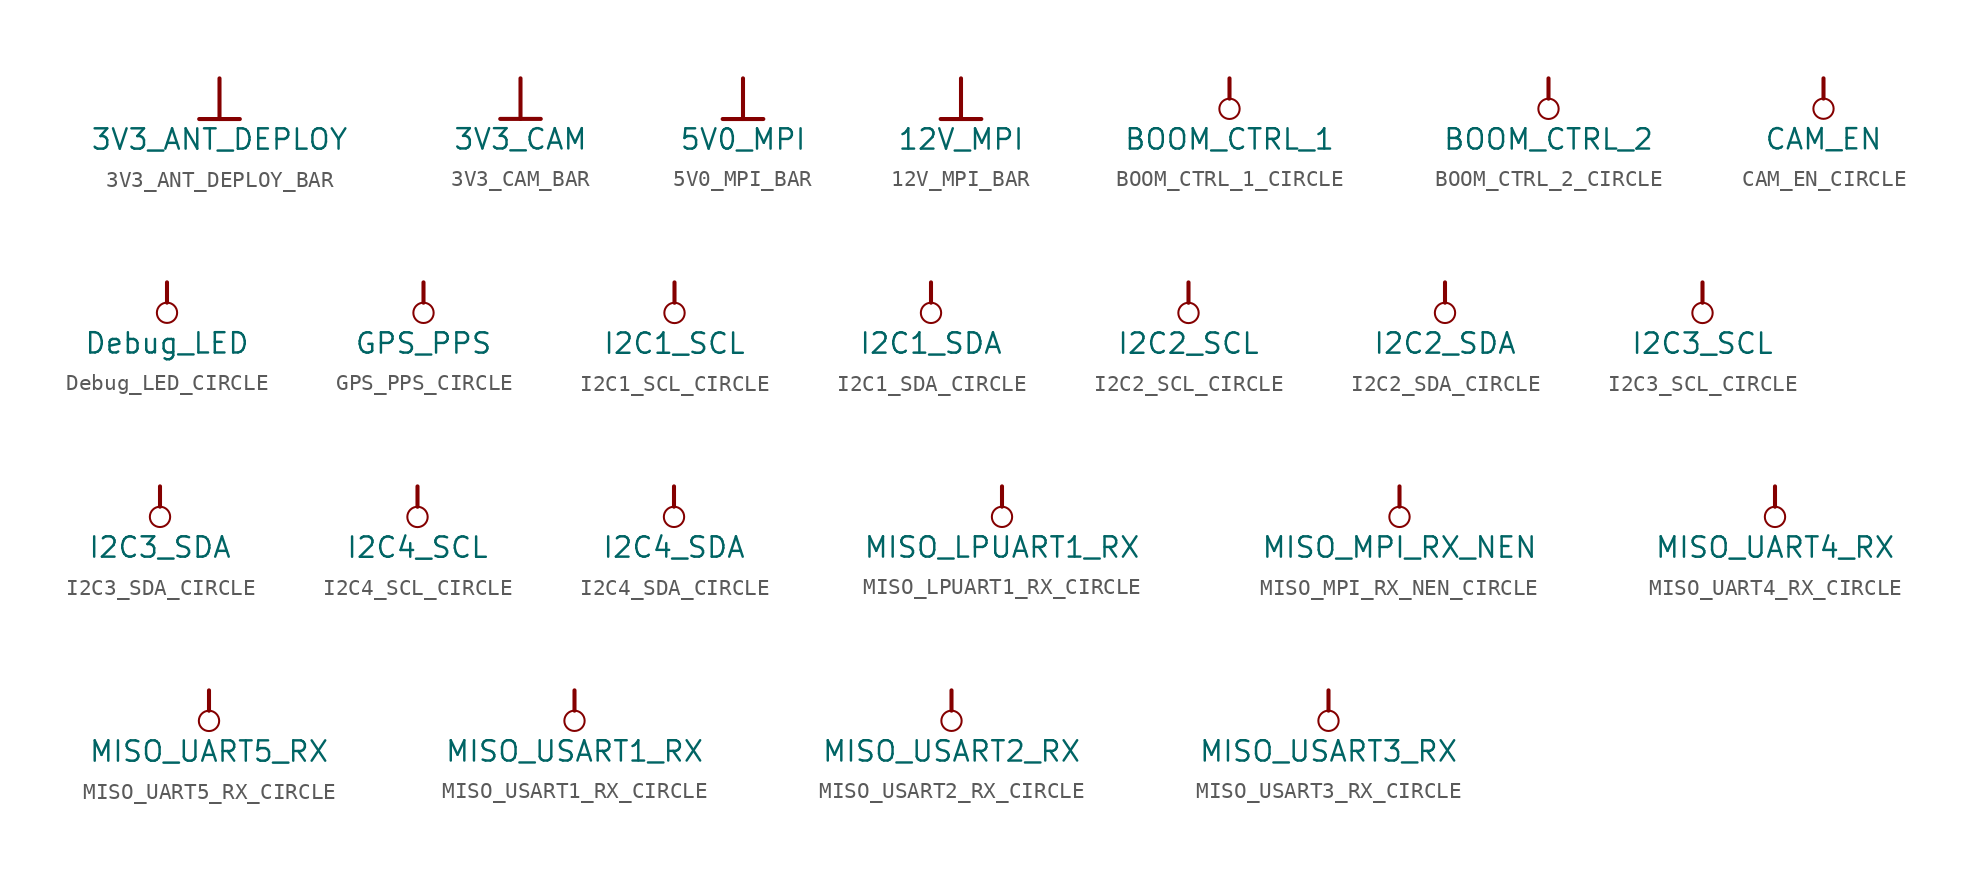
<source format=kicad_sym>
(kicad_symbol_lib
  (version 20241209)
  (generator "kicad_symbol_editor")
  (generator_version "9.0")
  (symbol "3V3_ANT_DEPLOY_BAR"
    (power)
    (property "Reference" "#PWR"
      (at 0 0 0)
      (effects (font (size 1.27 1.27)) (hide yes)))
    (property "Value" "3V3_ANT_DEPLOY"
      (at 0 -3.81 0)
      (effects (font (size 1.27 1.27))))
    (symbol "3V3_ANT_DEPLOY_BAR_0_0"
      (polyline (pts (xy -1.27 -2.54) (xy 1.27 -2.54)) (stroke (width 0.254) (type solid)) (fill (type none)))
      (polyline (pts (xy 0 0) (xy 0 -2.54)) (stroke (width 0.254) (type solid)) (fill (type none)))
      (pin power_in line (at 0 0 0) (length 0) (hide yes) (name "3V3_ANT_DEPLOY" (effects (font (size 1.27 1.27)))) (number "" (effects (font (size 1.27 1.27)))))))
  (symbol "3V3_CAM_BAR"
    (power)
    (property "Reference" "#PWR"
      (at 0 0 0)
      (effects (font (size 1.27 1.27)) (hide yes)))
    (property "Value" "3V3_CAM"
      (at 0 -3.81 0)
      (effects (font (size 1.27 1.27))))
    (symbol "3V3_CAM_BAR_0_0"
      (polyline (pts (xy -1.27 -2.54) (xy 1.27 -2.54)) (stroke (width 0.254) (type solid)) (fill (type none)))
      (polyline (pts (xy 0 0) (xy 0 -2.54)) (stroke (width 0.254) (type solid)) (fill (type none)))
      (pin power_in line (at 0 0 0) (length 0) (hide yes) (name "3V3_CAM" (effects (font (size 1.27 1.27)))) (number "" (effects (font (size 1.27 1.27)))))))
  (symbol "5V0_MPI_BAR"
    (power)
    (property "Reference" "#PWR"
      (at 0 0 0)
      (effects (font (size 1.27 1.27)) (hide yes)))
    (property "Value" "5V0_MPI"
      (at 0 -3.81 0)
      (effects (font (size 1.27 1.27))))
    (symbol "5V0_MPI_BAR_0_0"
      (polyline (pts (xy -1.27 -2.54) (xy 1.27 -2.54)) (stroke (width 0.254) (type solid)) (fill (type none)))
      (polyline (pts (xy 0 0) (xy 0 -2.54)) (stroke (width 0.254) (type solid)) (fill (type none)))
      (pin power_in line (at 0 0 0) (length 0) (hide yes) (name "5V0_MPI" (effects (font (size 1.27 1.27)))) (number "" (effects (font (size 1.27 1.27)))))))
  (symbol "12V_MPI_BAR"
    (power)
    (property "Reference" "#PWR"
      (at 0 0 0)
      (effects (font (size 1.27 1.27)) (hide yes)))
    (property "Value" "12V_MPI"
      (at 0 -3.81 0)
      (effects (font (size 1.27 1.27))))
    (symbol "12V_MPI_BAR_0_0"
      (polyline (pts (xy -1.27 -2.54) (xy 1.27 -2.54)) (stroke (width 0.254) (type solid)) (fill (type none)))
      (polyline (pts (xy 0 0) (xy 0 -2.54)) (stroke (width 0.254) (type solid)) (fill (type none)))
      (pin power_in line (at 0 0 0) (length 0) (hide yes) (name "12V_MPI" (effects (font (size 1.27 1.27)))) (number "" (effects (font (size 1.27 1.27)))))))
  (symbol "BOOM_CTRL_1_CIRCLE"
    (power)
    (property "Reference" "#PWR"
      (at 0 0 0)
      (effects (font (size 1.27 1.27)) (hide yes)))
    (property "Value" "BOOM_CTRL_1"
      (at 0 -3.81 0)
      (effects (font (size 1.27 1.27))))
    (symbol "BOOM_CTRL_1_CIRCLE_0_0"
      (polyline (pts (xy 0 0) (xy 0 -1.27)) (stroke (width 0.254) (type solid)) (fill (type none)))
      (circle (center 0 -1.905) (radius 0.635) (stroke (width 0.127) (type solid)) (fill (type none)))
      (pin power_in line (at 0 0 0) (length 0) (hide yes) (name "BOOM_CTRL_1" (effects (font (size 1.27 1.27)))) (number "" (effects (font (size 1.27 1.27)))))))
  (symbol "BOOM_CTRL_2_CIRCLE"
    (power)
    (property "Reference" "#PWR"
      (at 0 0 0)
      (effects (font (size 1.27 1.27)) (hide yes)))
    (property "Value" "BOOM_CTRL_2"
      (at 0 -3.81 0)
      (effects (font (size 1.27 1.27))))
    (symbol "BOOM_CTRL_2_CIRCLE_0_0"
      (polyline (pts (xy 0 0) (xy 0 -1.27)) (stroke (width 0.254) (type solid)) (fill (type none)))
      (circle (center 0 -1.905) (radius 0.635) (stroke (width 0.127) (type solid)) (fill (type none)))
      (pin power_in line (at 0 0 0) (length 0) (hide yes) (name "BOOM_CTRL_2" (effects (font (size 1.27 1.27)))) (number "" (effects (font (size 1.27 1.27)))))))
  (symbol "CAM_EN_CIRCLE"
    (power)
    (property "Reference" "#PWR"
      (at 0 0 0)
      (effects (font (size 1.27 1.27)) (hide yes)))
    (property "Value" "CAM_EN"
      (at 0 -3.81 0)
      (effects (font (size 1.27 1.27))))
    (symbol "CAM_EN_CIRCLE_0_0"
      (polyline (pts (xy 0 0) (xy 0 -1.27)) (stroke (width 0.254) (type solid)) (fill (type none)))
      (circle (center 0 -1.905) (radius 0.635) (stroke (width 0.127) (type solid)) (fill (type none)))
      (pin power_in line (at 0 0 0) (length 0) (hide yes) (name "CAM_EN" (effects (font (size 1.27 1.27)))) (number "" (effects (font (size 1.27 1.27)))))))
  (symbol "Debug_LED_CIRCLE"
    (power)
    (property "Reference" "#PWR"
      (at 0 0 0)
      (effects (font (size 1.27 1.27)) (hide yes)))
    (property "Value" "Debug_LED"
      (at 0 -3.81 0)
      (effects (font (size 1.27 1.27))))
    (symbol "Debug_LED_CIRCLE_0_0"
      (polyline (pts (xy 0 0) (xy 0 -1.27)) (stroke (width 0.254) (type solid)) (fill (type none)))
      (circle (center 0 -1.905) (radius 0.635) (stroke (width 0.127) (type solid)) (fill (type none)))
      (pin power_in line (at 0 0 0) (length 0) (hide yes) (name "Debug_LED" (effects (font (size 1.27 1.27)))) (number "" (effects (font (size 1.27 1.27)))))))
  (symbol "GPS_PPS_CIRCLE"
    (power)
    (property "Reference" "#PWR"
      (at 0 0 0)
      (effects (font (size 1.27 1.27)) (hide yes)))
    (property "Value" "GPS_PPS"
      (at 0 -3.81 0)
      (effects (font (size 1.27 1.27))))
    (symbol "GPS_PPS_CIRCLE_0_0"
      (polyline (pts (xy 0 0) (xy 0 -1.27)) (stroke (width 0.254) (type solid)) (fill (type none)))
      (circle (center 0 -1.905) (radius 0.635) (stroke (width 0.127) (type solid)) (fill (type none)))
      (pin power_in line (at 0 0 0) (length 0) (hide yes) (name "GPS_PPS" (effects (font (size 1.27 1.27)))) (number "" (effects (font (size 1.27 1.27)))))))
  (symbol "I2C1_SCL_CIRCLE"
    (power)
    (property "Reference" "#PWR"
      (at 0 0 0)
      (effects (font (size 1.27 1.27)) (hide yes)))
    (property "Value" "I2C1_SCL"
      (at 0 -3.81 0)
      (effects (font (size 1.27 1.27))))
    (symbol "I2C1_SCL_CIRCLE_0_0"
      (polyline (pts (xy 0 0) (xy 0 -1.27)) (stroke (width 0.254) (type solid)) (fill (type none)))
      (circle (center 0 -1.905) (radius 0.635) (stroke (width 0.127) (type solid)) (fill (type none)))
      (pin power_in line (at 0 0 0) (length 0) (hide yes) (name "I2C1_SCL" (effects (font (size 1.27 1.27)))) (number "" (effects (font (size 1.27 1.27)))))))
  (symbol "I2C1_SDA_CIRCLE"
    (power)
    (property "Reference" "#PWR"
      (at 0 0 0)
      (effects (font (size 1.27 1.27)) (hide yes)))
    (property "Value" "I2C1_SDA"
      (at 0 -3.81 0)
      (effects (font (size 1.27 1.27))))
    (symbol "I2C1_SDA_CIRCLE_0_0"
      (polyline (pts (xy 0 0) (xy 0 -1.27)) (stroke (width 0.254) (type solid)) (fill (type none)))
      (circle (center 0 -1.905) (radius 0.635) (stroke (width 0.127) (type solid)) (fill (type none)))
      (pin power_in line (at 0 0 0) (length 0) (hide yes) (name "I2C1_SDA" (effects (font (size 1.27 1.27)))) (number "" (effects (font (size 1.27 1.27)))))))
  (symbol "I2C2_SCL_CIRCLE"
    (power)
    (property "Reference" "#PWR"
      (at 0 0 0)
      (effects (font (size 1.27 1.27)) (hide yes)))
    (property "Value" "I2C2_SCL"
      (at 0 -3.81 0)
      (effects (font (size 1.27 1.27))))
    (symbol "I2C2_SCL_CIRCLE_0_0"
      (polyline (pts (xy 0 0) (xy 0 -1.27)) (stroke (width 0.254) (type solid)) (fill (type none)))
      (circle (center 0 -1.905) (radius 0.635) (stroke (width 0.127) (type solid)) (fill (type none)))
      (pin power_in line (at 0 0 0) (length 0) (hide yes) (name "I2C2_SCL" (effects (font (size 1.27 1.27)))) (number "" (effects (font (size 1.27 1.27)))))))
  (symbol "I2C2_SDA_CIRCLE"
    (power)
    (property "Reference" "#PWR"
      (at 0 0 0)
      (effects (font (size 1.27 1.27)) (hide yes)))
    (property "Value" "I2C2_SDA"
      (at 0 -3.81 0)
      (effects (font (size 1.27 1.27))))
    (symbol "I2C2_SDA_CIRCLE_0_0"
      (polyline (pts (xy 0 0) (xy 0 -1.27)) (stroke (width 0.254) (type solid)) (fill (type none)))
      (circle (center 0 -1.905) (radius 0.635) (stroke (width 0.127) (type solid)) (fill (type none)))
      (pin power_in line (at 0 0 0) (length 0) (hide yes) (name "I2C2_SDA" (effects (font (size 1.27 1.27)))) (number "" (effects (font (size 1.27 1.27)))))))
  (symbol "I2C3_SCL_CIRCLE"
    (power)
    (property "Reference" "#PWR"
      (at 0 0 0)
      (effects (font (size 1.27 1.27)) (hide yes)))
    (property "Value" "I2C3_SCL"
      (at 0 -3.81 0)
      (effects (font (size 1.27 1.27))))
    (symbol "I2C3_SCL_CIRCLE_0_0"
      (polyline (pts (xy 0 0) (xy 0 -1.27)) (stroke (width 0.254) (type solid)) (fill (type none)))
      (circle (center 0 -1.905) (radius 0.635) (stroke (width 0.127) (type solid)) (fill (type none)))
      (pin power_in line (at 0 0 0) (length 0) (hide yes) (name "I2C3_SCL" (effects (font (size 1.27 1.27)))) (number "" (effects (font (size 1.27 1.27)))))))
  (symbol "I2C3_SDA_CIRCLE"
    (power)
    (property "Reference" "#PWR"
      (at 0 0 0)
      (effects (font (size 1.27 1.27)) (hide yes)))
    (property "Value" "I2C3_SDA"
      (at 0 -3.81 0)
      (effects (font (size 1.27 1.27))))
    (symbol "I2C3_SDA_CIRCLE_0_0"
      (polyline (pts (xy 0 0) (xy 0 -1.27)) (stroke (width 0.254) (type solid)) (fill (type none)))
      (circle (center 0 -1.905) (radius 0.635) (stroke (width 0.127) (type solid)) (fill (type none)))
      (pin power_in line (at 0 0 0) (length 0) (hide yes) (name "I2C3_SDA" (effects (font (size 1.27 1.27)))) (number "" (effects (font (size 1.27 1.27)))))))
  (symbol "I2C4_SCL_CIRCLE"
    (power)
    (property "Reference" "#PWR"
      (at 0 0 0)
      (effects (font (size 1.27 1.27)) (hide yes)))
    (property "Value" "I2C4_SCL"
      (at 0 -3.81 0)
      (effects (font (size 1.27 1.27))))
    (symbol "I2C4_SCL_CIRCLE_0_0"
      (polyline (pts (xy 0 0) (xy 0 -1.27)) (stroke (width 0.254) (type solid)) (fill (type none)))
      (circle (center 0 -1.905) (radius 0.635) (stroke (width 0.127) (type solid)) (fill (type none)))
      (pin power_in line (at 0 0 0) (length 0) (hide yes) (name "I2C4_SCL" (effects (font (size 1.27 1.27)))) (number "" (effects (font (size 1.27 1.27)))))))
  (symbol "I2C4_SDA_CIRCLE"
    (power)
    (property "Reference" "#PWR"
      (at 0 0 0)
      (effects (font (size 1.27 1.27)) (hide yes)))
    (property "Value" "I2C4_SDA"
      (at 0 -3.81 0)
      (effects (font (size 1.27 1.27))))
    (symbol "I2C4_SDA_CIRCLE_0_0"
      (polyline (pts (xy 0 0) (xy 0 -1.27)) (stroke (width 0.254) (type solid)) (fill (type none)))
      (circle (center 0 -1.905) (radius 0.635) (stroke (width 0.127) (type solid)) (fill (type none)))
      (pin power_in line (at 0 0 0) (length 0) (hide yes) (name "I2C4_SDA" (effects (font (size 1.27 1.27)))) (number "" (effects (font (size 1.27 1.27)))))))
  (symbol "MISO_LPUART1_RX_CIRCLE"
    (power)
    (property "Reference" "#PWR"
      (at 0 0 0)
      (effects (font (size 1.27 1.27)) (hide yes)))
    (property "Value" "MISO_LPUART1_RX"
      (at 0 -3.81 0)
      (effects (font (size 1.27 1.27))))
    (symbol "MISO_LPUART1_RX_CIRCLE_0_0"
      (polyline (pts (xy 0 0) (xy 0 -1.27)) (stroke (width 0.254) (type solid)) (fill (type none)))
      (circle (center 0 -1.905) (radius 0.635) (stroke (width 0.127) (type solid)) (fill (type none)))
      (pin power_in line (at 0 0 0) (length 0) (hide yes) (name "MISO_LPUART1_RX" (effects (font (size 1.27 1.27)))) (number "" (effects (font (size 1.27 1.27)))))))
  (symbol "MISO_MPI_RX_NEN_CIRCLE"
    (power)
    (property "Reference" "#PWR"
      (at 0 0 0)
      (effects (font (size 1.27 1.27)) (hide yes)))
    (property "Value" "MISO_MPI_RX_NEN"
      (at 0 -3.81 0)
      (effects (font (size 1.27 1.27))))
    (symbol "MISO_MPI_RX_NEN_CIRCLE_0_0"
      (polyline (pts (xy 0 0) (xy 0 -1.27)) (stroke (width 0.254) (type solid)) (fill (type none)))
      (circle (center 0 -1.905) (radius 0.635) (stroke (width 0.127) (type solid)) (fill (type none)))
      (pin power_in line (at 0 0 0) (length 0) (hide yes) (name "MISO_MPI_RX_NEN" (effects (font (size 1.27 1.27)))) (number "" (effects (font (size 1.27 1.27)))))))
  (symbol "MISO_UART4_RX_CIRCLE"
    (power)
    (property "Reference" "#PWR"
      (at 0 0 0)
      (effects (font (size 1.27 1.27)) (hide yes)))
    (property "Value" "MISO_UART4_RX"
      (at 0 -3.81 0)
      (effects (font (size 1.27 1.27))))
    (symbol "MISO_UART4_RX_CIRCLE_0_0"
      (polyline (pts (xy 0 0) (xy 0 -1.27)) (stroke (width 0.254) (type solid)) (fill (type none)))
      (circle (center 0 -1.905) (radius 0.635) (stroke (width 0.127) (type solid)) (fill (type none)))
      (pin power_in line (at 0 0 0) (length 0) (hide yes) (name "MISO_UART4_RX" (effects (font (size 1.27 1.27)))) (number "" (effects (font (size 1.27 1.27)))))))
  (symbol "MISO_UART5_RX_CIRCLE"
    (power)
    (property "Reference" "#PWR"
      (at 0 0 0)
      (effects (font (size 1.27 1.27)) (hide yes)))
    (property "Value" "MISO_UART5_RX"
      (at 0 -3.81 0)
      (effects (font (size 1.27 1.27))))
    (symbol "MISO_UART5_RX_CIRCLE_0_0"
      (polyline (pts (xy 0 0) (xy 0 -1.27)) (stroke (width 0.254) (type solid)) (fill (type none)))
      (circle (center 0 -1.905) (radius 0.635) (stroke (width 0.127) (type solid)) (fill (type none)))
      (pin power_in line (at 0 0 0) (length 0) (hide yes) (name "MISO_UART5_RX" (effects (font (size 1.27 1.27)))) (number "" (effects (font (size 1.27 1.27)))))))
  (symbol "MISO_USART1_RX_CIRCLE"
    (power)
    (property "Reference" "#PWR"
      (at 0 0 0)
      (effects (font (size 1.27 1.27)) (hide yes)))
    (property "Value" "MISO_USART1_RX"
      (at 0 -3.81 0)
      (effects (font (size 1.27 1.27))))
    (symbol "MISO_USART1_RX_CIRCLE_0_0"
      (polyline (pts (xy 0 0) (xy 0 -1.27)) (stroke (width 0.254) (type solid)) (fill (type none)))
      (circle (center 0 -1.905) (radius 0.635) (stroke (width 0.127) (type solid)) (fill (type none)))
      (pin power_in line (at 0 0 0) (length 0) (hide yes) (name "MISO_USART1_RX" (effects (font (size 1.27 1.27)))) (number "" (effects (font (size 1.27 1.27)))))))
  (symbol "MISO_USART2_RX_CIRCLE"
    (power)
    (property "Reference" "#PWR"
      (at 0 0 0)
      (effects (font (size 1.27 1.27)) (hide yes)))
    (property "Value" "MISO_USART2_RX"
      (at 0 -3.81 0)
      (effects (font (size 1.27 1.27))))
    (symbol "MISO_USART2_RX_CIRCLE_0_0"
      (polyline (pts (xy 0 0) (xy 0 -1.27)) (stroke (width 0.254) (type solid)) (fill (type none)))
      (circle (center 0 -1.905) (radius 0.635) (stroke (width 0.127) (type solid)) (fill (type none)))
      (pin power_in line (at 0 0 0) (length 0) (hide yes) (name "MISO_USART2_RX" (effects (font (size 1.27 1.27)))) (number "" (effects (font (size 1.27 1.27)))))))
  (symbol "MISO_USART3_RX_CIRCLE"
    (power)
    (property "Reference" "#PWR"
      (at 0 0 0)
      (effects (font (size 1.27 1.27)) (hide yes)))
    (property "Value" "MISO_USART3_RX"
      (at 0 -3.81 0)
      (effects (font (size 1.27 1.27))))
    (symbol "MISO_USART3_RX_CIRCLE_0_0"
      (polyline (pts (xy 0 0) (xy 0 -1.27)) (stroke (width 0.254) (type solid)) (fill (type none)))
      (circle (center 0 -1.905) (radius 0.635) (stroke (width 0.127) (type solid)) (fill (type none)))
      (pin power_in line (at 0 0 0) (length 0) (hide yes) (name "MISO_USART3_RX" (effects (font (size 1.27 1.27)))) (number "" (effects (font (size 1.27 1.27))))))))
</source>
